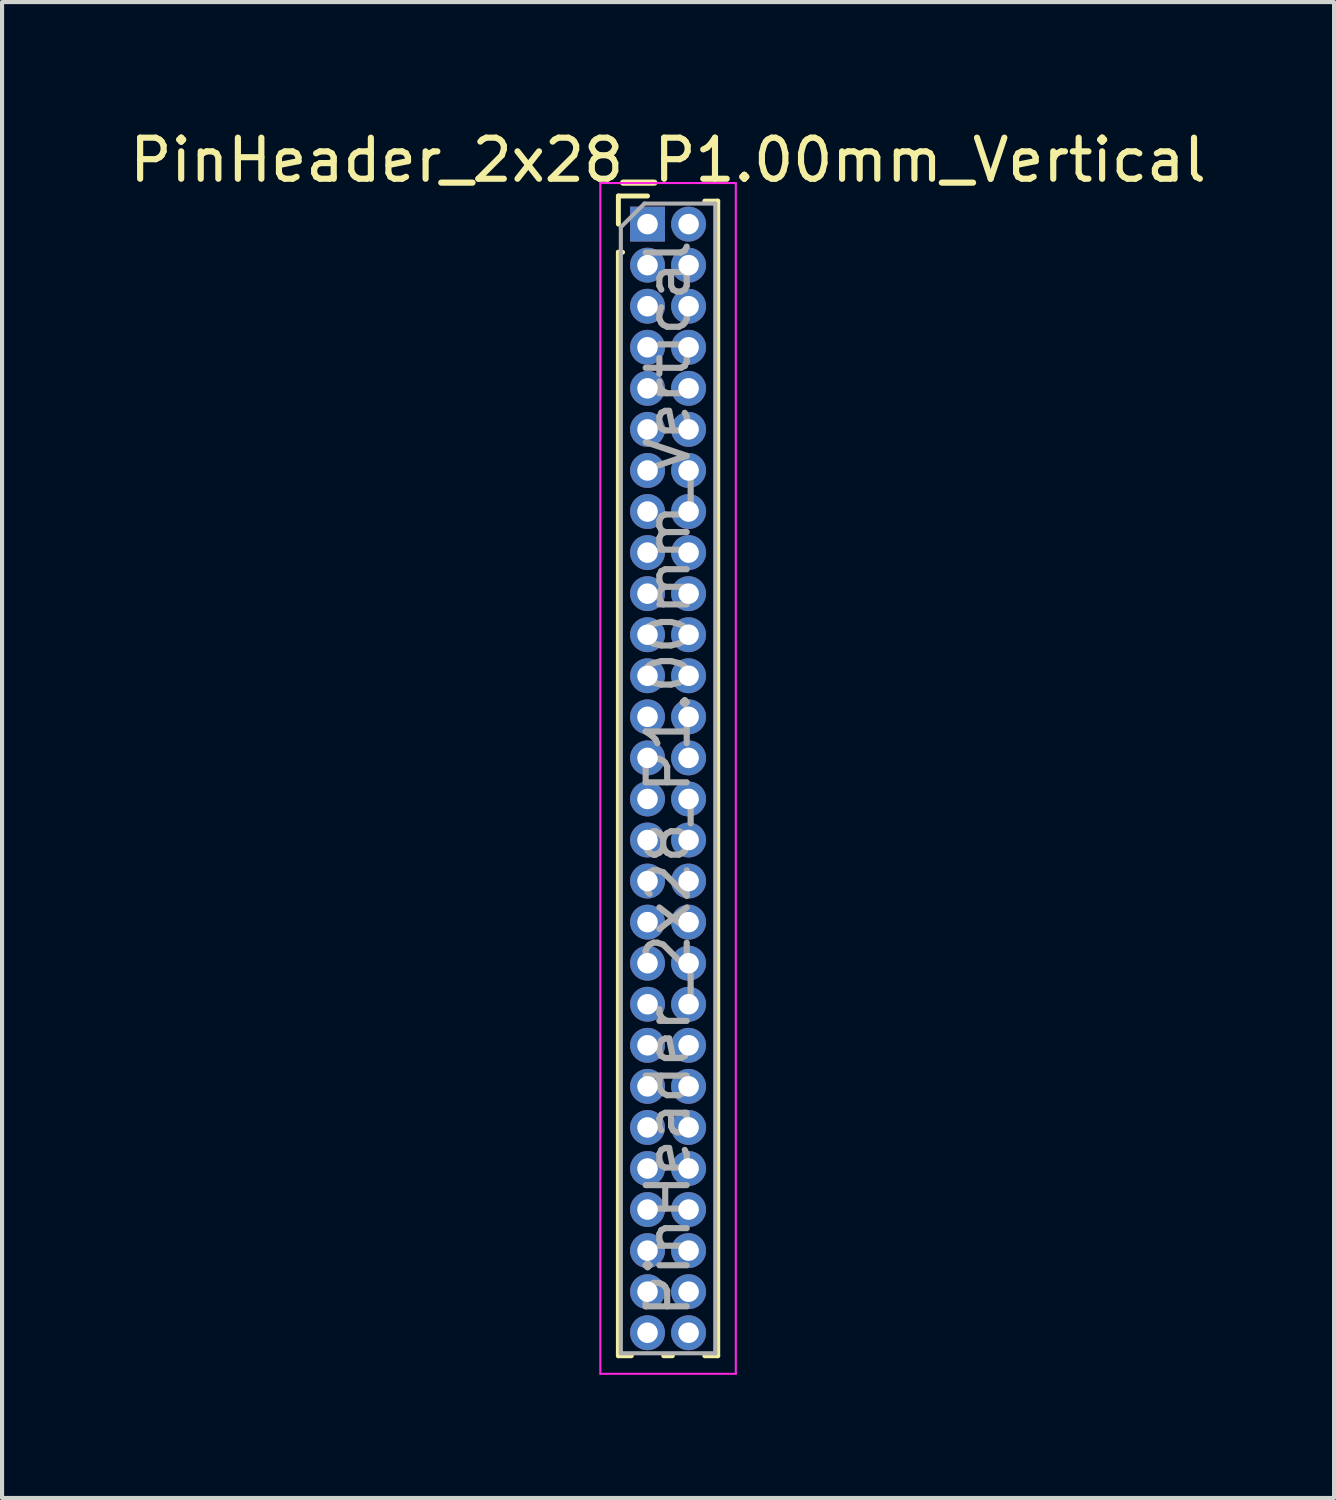
<source format=kicad_pcb>
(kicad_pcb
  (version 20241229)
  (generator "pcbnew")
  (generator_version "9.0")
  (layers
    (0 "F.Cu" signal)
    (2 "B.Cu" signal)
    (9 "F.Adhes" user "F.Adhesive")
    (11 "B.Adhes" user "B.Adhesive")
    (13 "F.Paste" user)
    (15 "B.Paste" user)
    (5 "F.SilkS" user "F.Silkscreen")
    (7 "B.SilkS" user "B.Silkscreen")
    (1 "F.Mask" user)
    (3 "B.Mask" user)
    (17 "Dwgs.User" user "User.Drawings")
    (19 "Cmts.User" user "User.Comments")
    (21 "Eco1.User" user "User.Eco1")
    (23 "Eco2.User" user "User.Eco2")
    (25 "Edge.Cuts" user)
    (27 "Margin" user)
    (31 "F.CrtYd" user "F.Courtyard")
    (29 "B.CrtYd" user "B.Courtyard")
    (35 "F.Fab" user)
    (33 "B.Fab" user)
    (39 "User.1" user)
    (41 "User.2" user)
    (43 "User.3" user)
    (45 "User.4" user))
  (footprint "PinHeader_2x28_P1.00mm_Vertical"
    (layer "F.Cu")
    (at 12.72 2.408)
    (property "Reference" "PinHeader_2x28_P1.00mm_Vertical" (at 0.5 -1.56 0) (layer "F.SilkS") (effects (font (size 1 1) (thickness 0.15))))
    (attr through_hole)
    (fp_line (start -0.71 -0.685) (end 0 -0.685) (stroke (width 0.12) (type solid)) (layer "F.SilkS"))
    (fp_line (start -0.71 0) (end -0.71 -0.685) (stroke (width 0.12) (type solid)) (layer "F.SilkS"))
    (fp_line (start -0.71 0.685) (end -0.71 27.56) (stroke (width 0.12) (type solid)) (layer "F.SilkS"))
    (fp_line (start -0.71 0.685) (end -0.608 0.685) (stroke (width 0.12) (type solid)) (layer "F.SilkS"))
    (fp_line (start -0.71 27.56) (end -0.394 27.56) (stroke (width 0.12) (type solid)) (layer "F.SilkS"))
    (fp_line (start 0.394 27.56) (end 0.606 27.56) (stroke (width 0.12) (type solid)) (layer "F.SilkS"))
    (fp_line (start 1.394 -0.56) (end 1.71 -0.56) (stroke (width 0.12) (type solid)) (layer "F.SilkS"))
    (fp_line (start 1.394 27.56) (end 1.71 27.56) (stroke (width 0.12) (type solid)) (layer "F.SilkS"))
    (fp_line (start 1.71 -0.56) (end 1.71 27.56) (stroke (width 0.12) (type solid)) (layer "F.SilkS"))
    (fp_line (start -1.15 -1) (end -1.15 28) (stroke (width 0.05) (type solid)) (layer "F.CrtYd"))
    (fp_line (start -1.15 28) (end 2.15 28) (stroke (width 0.05) (type solid)) (layer "F.CrtYd"))
    (fp_line (start 2.15 -1) (end -1.15 -1) (stroke (width 0.05) (type solid)) (layer "F.CrtYd"))
    (fp_line (start 2.15 28) (end 2.15 -1) (stroke (width 0.05) (type solid)) (layer "F.CrtYd"))
    (fp_line (start -0.65 0.075) (end -0.075 -0.5) (stroke (width 0.1) (type solid)) (layer "F.Fab"))
    (fp_line (start -0.65 27.5) (end -0.65 0.075) (stroke (width 0.1) (type solid)) (layer "F.Fab"))
    (fp_line (start -0.075 -0.5) (end 1.65 -0.5) (stroke (width 0.1) (type solid)) (layer "F.Fab"))
    (fp_line (start 1.65 -0.5) (end 1.65 27.5) (stroke (width 0.1) (type solid)) (layer "F.Fab"))
    (fp_line (start 1.65 27.5) (end -0.65 27.5) (stroke (width 0.1) (type solid)) (layer "F.Fab"))
    (fp_text user "${REFERENCE}" (at 0.5 13.5 90) (layer "F.Fab") (effects (font (size 1 1) (thickness 0.15))))
    (pad "1" thru_hole rect (at 0 0) (size 0.85 0.85) (drill 0.5) (layers "*.Cu" "*.Mask"))
    (pad "2" thru_hole oval (at 1 0) (size 0.85 0.85) (drill 0.5) (layers "*.Cu" "*.Mask"))
    (pad "3" thru_hole oval (at 0 1) (size 0.85 0.85) (drill 0.5) (layers "*.Cu" "*.Mask"))
    (pad "4" thru_hole oval (at 1 1) (size 0.85 0.85) (drill 0.5) (layers "*.Cu" "*.Mask"))
    (pad "5" thru_hole oval (at 0 2) (size 0.85 0.85) (drill 0.5) (layers "*.Cu" "*.Mask"))
    (pad "6" thru_hole oval (at 1 2) (size 0.85 0.85) (drill 0.5) (layers "*.Cu" "*.Mask"))
    (pad "7" thru_hole oval (at 0 3) (size 0.85 0.85) (drill 0.5) (layers "*.Cu" "*.Mask"))
    (pad "8" thru_hole oval (at 1 3) (size 0.85 0.85) (drill 0.5) (layers "*.Cu" "*.Mask"))
    (pad "9" thru_hole oval (at 0 4) (size 0.85 0.85) (drill 0.5) (layers "*.Cu" "*.Mask"))
    (pad "10" thru_hole oval (at 1 4) (size 0.85 0.85) (drill 0.5) (layers "*.Cu" "*.Mask"))
    (pad "11" thru_hole oval (at 0 5) (size 0.85 0.85) (drill 0.5) (layers "*.Cu" "*.Mask"))
    (pad "12" thru_hole oval (at 1 5) (size 0.85 0.85) (drill 0.5) (layers "*.Cu" "*.Mask"))
    (pad "13" thru_hole oval (at 0 6) (size 0.85 0.85) (drill 0.5) (layers "*.Cu" "*.Mask"))
    (pad "14" thru_hole oval (at 1 6) (size 0.85 0.85) (drill 0.5) (layers "*.Cu" "*.Mask"))
    (pad "15" thru_hole oval (at 0 7) (size 0.85 0.85) (drill 0.5) (layers "*.Cu" "*.Mask"))
    (pad "16" thru_hole oval (at 1 7) (size 0.85 0.85) (drill 0.5) (layers "*.Cu" "*.Mask"))
    (pad "17" thru_hole oval (at 0 8) (size 0.85 0.85) (drill 0.5) (layers "*.Cu" "*.Mask"))
    (pad "18" thru_hole oval (at 1 8) (size 0.85 0.85) (drill 0.5) (layers "*.Cu" "*.Mask"))
    (pad "19" thru_hole oval (at 0 9) (size 0.85 0.85) (drill 0.5) (layers "*.Cu" "*.Mask"))
    (pad "20" thru_hole oval (at 1 9) (size 0.85 0.85) (drill 0.5) (layers "*.Cu" "*.Mask"))
    (pad "21" thru_hole oval (at 0 10) (size 0.85 0.85) (drill 0.5) (layers "*.Cu" "*.Mask"))
    (pad "22" thru_hole oval (at 1 10) (size 0.85 0.85) (drill 0.5) (layers "*.Cu" "*.Mask"))
    (pad "23" thru_hole oval (at 0 11) (size 0.85 0.85) (drill 0.5) (layers "*.Cu" "*.Mask"))
    (pad "24" thru_hole oval (at 1 11) (size 0.85 0.85) (drill 0.5) (layers "*.Cu" "*.Mask"))
    (pad "25" thru_hole oval (at 0 12) (size 0.85 0.85) (drill 0.5) (layers "*.Cu" "*.Mask"))
    (pad "26" thru_hole oval (at 1 12) (size 0.85 0.85) (drill 0.5) (layers "*.Cu" "*.Mask"))
    (pad "27" thru_hole oval (at 0 13) (size 0.85 0.85) (drill 0.5) (layers "*.Cu" "*.Mask"))
    (pad "28" thru_hole oval (at 1 13) (size 0.85 0.85) (drill 0.5) (layers "*.Cu" "*.Mask"))
    (pad "29" thru_hole oval (at 0 14) (size 0.85 0.85) (drill 0.5) (layers "*.Cu" "*.Mask"))
    (pad "30" thru_hole oval (at 1 14) (size 0.85 0.85) (drill 0.5) (layers "*.Cu" "*.Mask"))
    (pad "31" thru_hole oval (at 0 15) (size 0.85 0.85) (drill 0.5) (layers "*.Cu" "*.Mask"))
    (pad "32" thru_hole oval (at 1 15) (size 0.85 0.85) (drill 0.5) (layers "*.Cu" "*.Mask"))
    (pad "33" thru_hole oval (at 0 16) (size 0.85 0.85) (drill 0.5) (layers "*.Cu" "*.Mask"))
    (pad "34" thru_hole oval (at 1 16) (size 0.85 0.85) (drill 0.5) (layers "*.Cu" "*.Mask"))
    (pad "35" thru_hole oval (at 0 17) (size 0.85 0.85) (drill 0.5) (layers "*.Cu" "*.Mask"))
    (pad "36" thru_hole oval (at 1 17) (size 0.85 0.85) (drill 0.5) (layers "*.Cu" "*.Mask"))
    (pad "37" thru_hole oval (at 0 18) (size 0.85 0.85) (drill 0.5) (layers "*.Cu" "*.Mask"))
    (pad "38" thru_hole oval (at 1 18) (size 0.85 0.85) (drill 0.5) (layers "*.Cu" "*.Mask"))
    (pad "39" thru_hole oval (at 0 19) (size 0.85 0.85) (drill 0.5) (layers "*.Cu" "*.Mask"))
    (pad "40" thru_hole oval (at 1 19) (size 0.85 0.85) (drill 0.5) (layers "*.Cu" "*.Mask"))
    (pad "41" thru_hole oval (at 0 20) (size 0.85 0.85) (drill 0.5) (layers "*.Cu" "*.Mask"))
    (pad "42" thru_hole oval (at 1 20) (size 0.85 0.85) (drill 0.5) (layers "*.Cu" "*.Mask"))
    (pad "43" thru_hole oval (at 0 21) (size 0.85 0.85) (drill 0.5) (layers "*.Cu" "*.Mask"))
    (pad "44" thru_hole oval (at 1 21) (size 0.85 0.85) (drill 0.5) (layers "*.Cu" "*.Mask"))
    (pad "45" thru_hole oval (at 0 22) (size 0.85 0.85) (drill 0.5) (layers "*.Cu" "*.Mask"))
    (pad "46" thru_hole oval (at 1 22) (size 0.85 0.85) (drill 0.5) (layers "*.Cu" "*.Mask"))
    (pad "47" thru_hole oval (at 0 23) (size 0.85 0.85) (drill 0.5) (layers "*.Cu" "*.Mask"))
    (pad "48" thru_hole oval (at 1 23) (size 0.85 0.85) (drill 0.5) (layers "*.Cu" "*.Mask"))
    (pad "49" thru_hole oval (at 0 24) (size 0.85 0.85) (drill 0.5) (layers "*.Cu" "*.Mask"))
    (pad "50" thru_hole oval (at 1 24) (size 0.85 0.85) (drill 0.5) (layers "*.Cu" "*.Mask"))
    (pad "51" thru_hole oval (at 0 25) (size 0.85 0.85) (drill 0.5) (layers "*.Cu" "*.Mask"))
    (pad "52" thru_hole oval (at 1 25) (size 0.85 0.85) (drill 0.5) (layers "*.Cu" "*.Mask"))
    (pad "53" thru_hole oval (at 0 26) (size 0.85 0.85) (drill 0.5) (layers "*.Cu" "*.Mask"))
    (pad "54" thru_hole oval (at 1 26) (size 0.85 0.85) (drill 0.5) (layers "*.Cu" "*.Mask"))
    (pad "55" thru_hole oval (at 0 27) (size 0.85 0.85) (drill 0.5) (layers "*.Cu" "*.Mask"))
    (pad "56" thru_hole oval (at 1 27) (size 0.85 0.85) (drill 0.5) (layers "*.Cu" "*.Mask")))
  (gr_rect
    (start -3 -3)
    (end 29.44 33.433)
    (stroke (width 0.1) (type default))
    (fill no)
    (layer "Edge.Cuts")))
</source>
